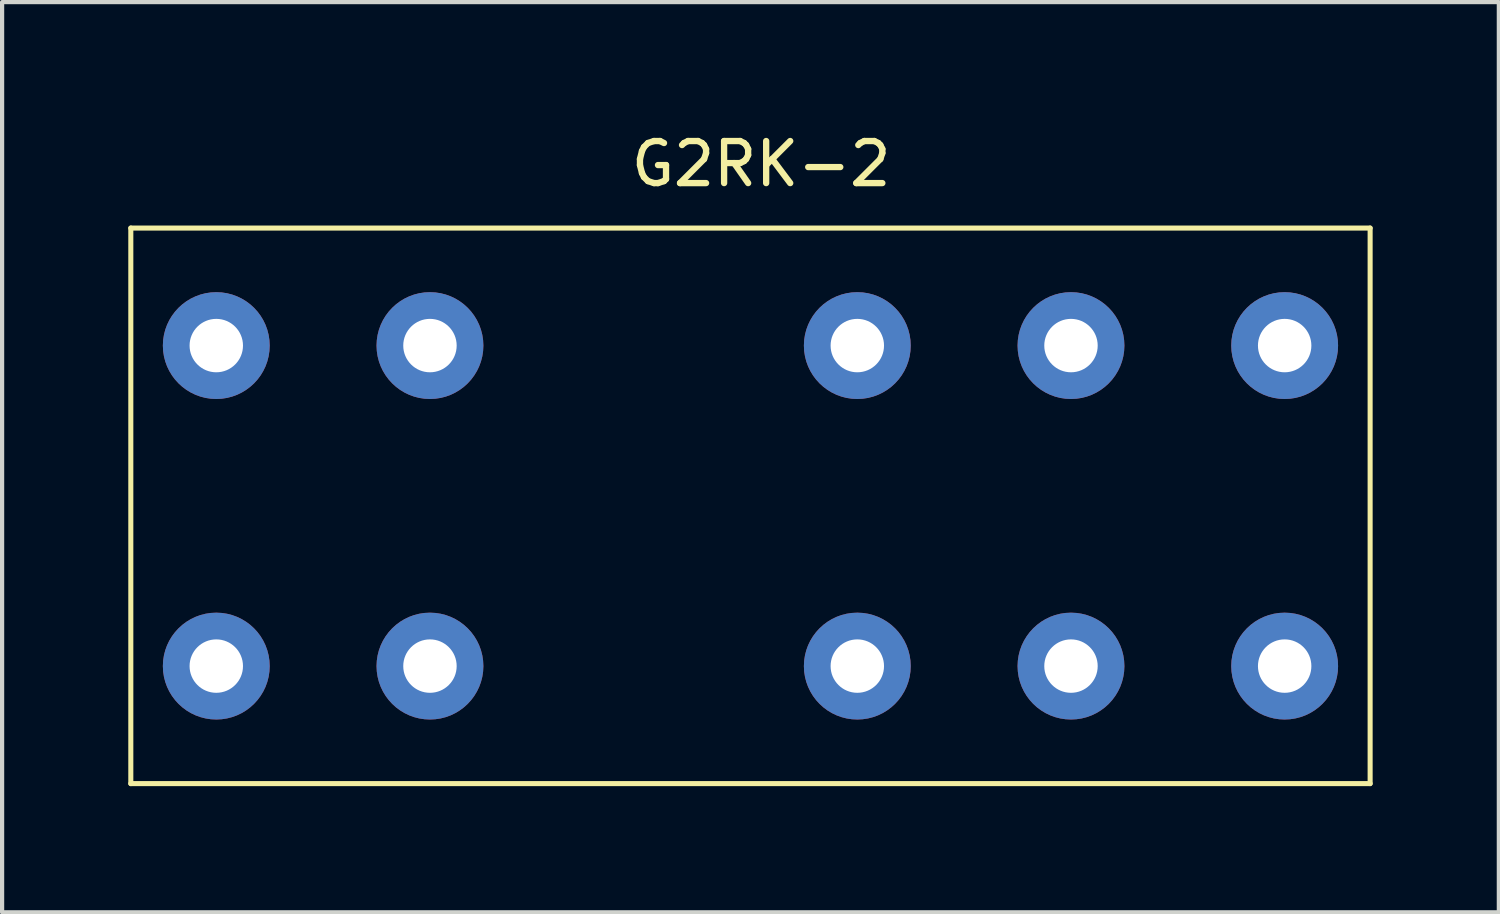
<source format=kicad_pcb>
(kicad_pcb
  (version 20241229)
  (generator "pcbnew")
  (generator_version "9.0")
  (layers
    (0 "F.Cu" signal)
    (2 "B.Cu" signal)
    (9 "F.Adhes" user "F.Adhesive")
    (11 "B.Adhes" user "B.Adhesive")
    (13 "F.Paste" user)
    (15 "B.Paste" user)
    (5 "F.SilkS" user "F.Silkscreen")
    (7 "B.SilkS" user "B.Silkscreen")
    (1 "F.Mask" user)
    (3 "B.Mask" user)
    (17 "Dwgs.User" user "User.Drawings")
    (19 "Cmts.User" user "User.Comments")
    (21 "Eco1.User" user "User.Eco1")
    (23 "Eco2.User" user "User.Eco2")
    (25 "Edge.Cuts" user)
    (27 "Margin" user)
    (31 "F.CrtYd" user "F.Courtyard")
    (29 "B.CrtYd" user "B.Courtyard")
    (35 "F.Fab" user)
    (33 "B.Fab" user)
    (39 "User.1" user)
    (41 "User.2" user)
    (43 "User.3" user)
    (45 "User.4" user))
  (footprint "G2RK-2"
    (layer "F.Cu")
    (at 2.092 5.166)
    (property "Reference" "G2RK-2" (at 12.954 -4.318 0) (layer "F.SilkS") (effects (font (size 1 1) (thickness 0.15))))
    (attr through_hole)
    (fp_line (start -2.032 -2.794) (end 27.432 -2.794) (stroke (width 0.12) (type solid)) (layer "F.SilkS"))
    (fp_line (start -2.032 10.414) (end -2.032 -2.794) (stroke (width 0.12) (type solid)) (layer "F.SilkS"))
    (fp_line (start 27.432 -2.794) (end 27.432 10.414) (stroke (width 0.12) (type solid)) (layer "F.SilkS"))
    (fp_line (start 27.432 10.414) (end -2.032 10.414) (stroke (width 0.12) (type solid)) (layer "F.SilkS"))
    (pad "1" thru_hole circle (at 0 7.62) (size 2.54 2.54) (drill 1.27) (layers "*.Cu" "*.Mask"))
    (pad "2" thru_hole circle (at 5.08 7.62) (size 2.54 2.54) (drill 1.27) (layers "*.Cu" "*.Mask"))
    (pad "3" thru_hole circle (at 15.24 7.62) (size 2.54 2.54) (drill 1.27) (layers "*.Cu" "*.Mask"))
    (pad "4" thru_hole circle (at 20.32 7.62) (size 2.54 2.54) (drill 1.27) (layers "*.Cu" "*.Mask"))
    (pad "5" thru_hole circle (at 25.4 7.62) (size 2.54 2.54) (drill 1.27) (layers "*.Cu" "*.Mask"))
    (pad "6" thru_hole circle (at 25.4 0) (size 2.54 2.54) (drill 1.27) (layers "*.Cu" "*.Mask"))
    (pad "7" thru_hole circle (at 20.32 0) (size 2.54 2.54) (drill 1.27) (layers "*.Cu" "*.Mask"))
    (pad "8" thru_hole circle (at 15.24 0) (size 2.54 2.54) (drill 1.27) (layers "*.Cu" "*.Mask"))
    (pad "9" thru_hole circle (at 5.08 0) (size 2.54 2.54) (drill 1.27) (layers "*.Cu" "*.Mask"))
    (pad "10" thru_hole circle (at 0 0) (size 2.54 2.54) (drill 1.27) (layers "*.Cu" "*.Mask")))
  (gr_rect
    (start -3 -3)
    (end 32.584 18.64)
    (stroke (width 0.1) (type default))
    (fill no)
    (layer "Edge.Cuts")))
</source>
